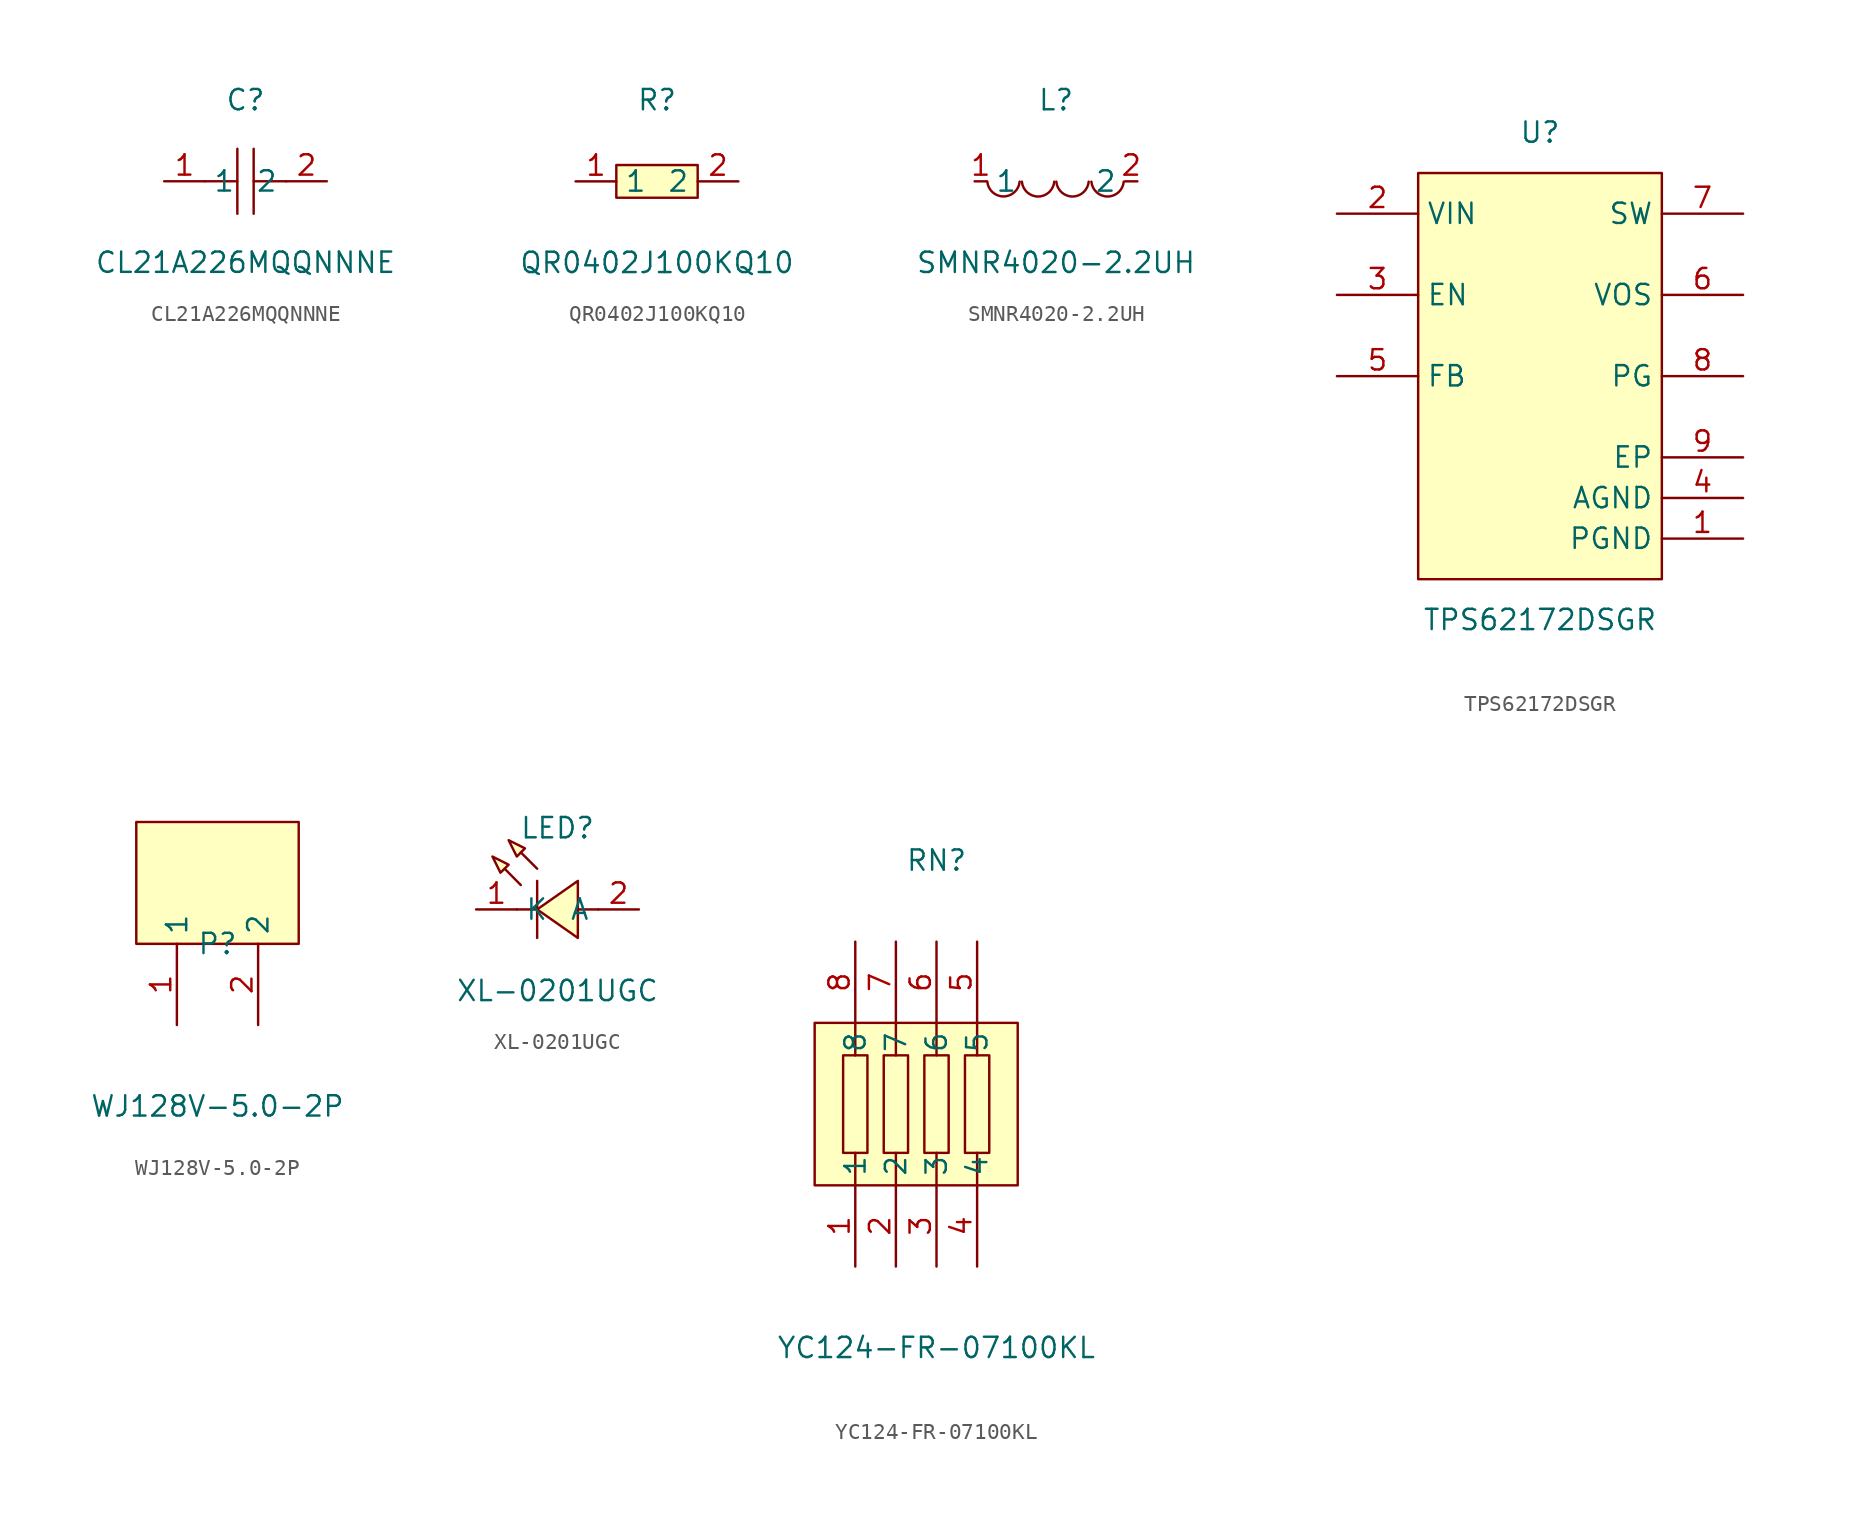
<source format=kicad_sym>
(kicad_symbol_lib
  (version 20211014)
  (generator https://github.com/uPesy/easyeda2kicad.py)
  (symbol "CL21A226MQQNNNE"
    (property "Reference" "C"
      (at 0 5.08 0)
      (effects (font (size 1.27 1.27))))
    (property "Value" "CL21A226MQQNNNE"
      (at 0 -5.08 0)
      (effects (font (size 1.27 1.27))))
    (symbol "CL21A226MQQNNNE_0_1"
      (polyline (pts (xy -0.51 -2.03) (xy -0.51 2.03)) (stroke (width 0) (type default) (color 0 0 0 0)) (fill (type none)))
      (polyline (pts (xy 2.54 -0.00) (xy 0.51 -0.00)) (stroke (width 0) (type default) (color 0 0 0 0)) (fill (type none)))
      (polyline (pts (xy 0.51 2.03) (xy 0.51 -2.03)) (stroke (width 0) (type default) (color 0 0 0 0)) (fill (type none)))
      (polyline (pts (xy -0.51 -0.00) (xy -2.54 -0.00)) (stroke (width 0) (type default) (color 0 0 0 0)) (fill (type none)))
      (pin unspecified line (at -5.08 -0.00 0) (length 2.54) (name "1" (effects (font (size 1.27 1.27)))) (number "1" (effects (font (size 1.27 1.27)))))
      (pin unspecified line (at 5.08 -0.00 180) (length 2.54) (name "2" (effects (font (size 1.27 1.27)))) (number "2" (effects (font (size 1.27 1.27)))))))
  (symbol "QR0402J100KQ10"
    (property "Reference" "R"
      (at 0 5.08 0)
      (effects (font (size 1.27 1.27))))
    (property "Value" "QR0402J100KQ10"
      (at 0 -5.08 0)
      (effects (font (size 1.27 1.27))))
    (symbol "QR0402J100KQ10_0_1"
      (rectangle (start -2.54 1.02) (end 2.54 -1.02) (stroke (width 0) (type default) (color 0 0 0 0)) (fill (type background)))
      (pin unspecified line (at 5.08 -0.00 180) (length 2.54) (name "2" (effects (font (size 1.27 1.27)))) (number "2" (effects (font (size 1.27 1.27)))))
      (pin unspecified line (at -5.08 -0.00 0) (length 2.54) (name "1" (effects (font (size 1.27 1.27)))) (number "1" (effects (font (size 1.27 1.27)))))))
  (symbol "SMNR4020-2.2UH"
    (property "Reference" "L"
      (at 0 5.08 0)
      (effects (font (size 1.27 1.27))))
    (property "Value" "SMNR4020-2.2UH"
      (at 0 -5.08 0)
      (effects (font (size 1.27 1.27))))
    (symbol "SMNR4020-2.2UH_0_1"
      (arc (start -4.29 -0.02) (mid -2.81 -1.01) (end -2.27 -0.02) (stroke (width 0) (type default) (color 0 0 0 0)) (fill (type none)))
      (arc (start -2.13 -0.02) (mid -0.66 -1.01) (end -0.11 -0.02) (stroke (width 0) (type default) (color 0 0 0 0)) (fill (type none)))
      (arc (start 0.02 -0.02) (mid 1.49 -1.01) (end 2.04 -0.02) (stroke (width 0) (type default) (color 0 0 0 0)) (fill (type none)))
      (arc (start 2.21 -0.02) (mid 3.68 -1.01) (end 4.23 -0.02) (stroke (width 0) (type default) (color 0 0 0 0)) (fill (type none)))
      (pin unspecified line (at 5.08 -0.00 180) (length 0.762) (name "2" (effects (font (size 1.27 1.27)))) (number "2" (effects (font (size 1.27 1.27)))))
      (pin unspecified line (at -5.08 -0.00 0) (length 0.762) (name "1" (effects (font (size 1.27 1.27)))) (number "1" (effects (font (size 1.27 1.27)))))))
  (symbol "TPS62172DSGR"
    (property "Reference" "U"
      (at 0 15.24 0)
      (effects (font (size 1.27 1.27))))
    (property "Value" "TPS62172DSGR"
      (at 0 -15.24 0)
      (effects (font (size 1.27 1.27))))
    (symbol "TPS62172DSGR_0_1"
      (rectangle (start -7.62 12.70) (end 7.62 -12.70) (stroke (width 0) (type default) (color 0 0 0 0)) (fill (type background)))
      (pin power_in line (at 12.70 -10.16 180) (length 5.08) (name "PGND" (effects (font (size 1.27 1.27)))) (number "1" (effects (font (size 1.27 1.27)))))
      (pin power_in line (at -12.70 10.16 0) (length 5.08) (name "VIN" (effects (font (size 1.27 1.27)))) (number "2" (effects (font (size 1.27 1.27)))))
      (pin unspecified line (at -12.70 5.08 0) (length 5.08) (name "EN" (effects (font (size 1.27 1.27)))) (number "3" (effects (font (size 1.27 1.27)))))
      (pin power_in line (at 12.70 -7.62 180) (length 5.08) (name "AGND" (effects (font (size 1.27 1.27)))) (number "4" (effects (font (size 1.27 1.27)))))
      (pin unspecified line (at -12.70 -0.00 0) (length 5.08) (name "FB" (effects (font (size 1.27 1.27)))) (number "5" (effects (font (size 1.27 1.27)))))
      (pin unspecified line (at 12.70 5.08 180) (length 5.08) (name "VOS" (effects (font (size 1.27 1.27)))) (number "6" (effects (font (size 1.27 1.27)))))
      (pin power_in line (at 12.70 10.16 180) (length 5.08) (name "SW" (effects (font (size 1.27 1.27)))) (number "7" (effects (font (size 1.27 1.27)))))
      (pin unspecified line (at 12.70 -0.00 180) (length 5.08) (name "PG" (effects (font (size 1.27 1.27)))) (number "8" (effects (font (size 1.27 1.27)))))
      (pin power_in line (at 12.70 -5.08 180) (length 5.08) (name "EP" (effects (font (size 1.27 1.27)))) (number "9" (effects (font (size 1.27 1.27)))))))
  (symbol "WJ128V-5.0-2P"
    (property "Reference" "P"
      (at 0 -1.27 0)
      (effects (font (size 1.27 1.27))))
    (property "Value" "WJ128V-5.0-2P"
      (at 0 -11.43 0)
      (effects (font (size 1.27 1.27))))
    (symbol "WJ128V-5.0-2P_0_1"
      (rectangle (start -5.08 6.35) (end 5.08 -1.27) (stroke (width 0) (type default) (color 0 0 0 0)) (fill (type background)))
      (pin unspecified line (at -2.54 -6.35 90) (length 5.08) (name "1" (effects (font (size 1.27 1.27)))) (number "1" (effects (font (size 1.27 1.27)))))
      (pin unspecified line (at 2.54 -6.35 90) (length 5.08) (name "2" (effects (font (size 1.27 1.27)))) (number "2" (effects (font (size 1.27 1.27)))))))
  (symbol "XL-0201UGC"
    (property "Reference" "LED"
      (at 0 5.08 0)
      (effects (font (size 1.27 1.27))))
    (property "Value" "XL-0201UGC"
      (at 0 -5.08 0)
      (effects (font (size 1.27 1.27))))
    (symbol "XL-0201UGC_0_1"
      (polyline (pts (xy -4.06 3.30) (xy -3.05 2.79) (xy -3.56 2.29) (xy -4.06 3.30)) (stroke (width 0) (type default) (color 0 0 0 0)) (fill (type background)))
      (polyline (pts (xy -3.05 4.32) (xy -2.03 3.81) (xy -2.54 3.30) (xy -3.05 4.32)) (stroke (width 0) (type default) (color 0 0 0 0)) (fill (type background)))
      (polyline (pts (xy 1.27 1.78) (xy -1.27 -0.00) (xy 1.27 -1.78) (xy 1.27 1.78)) (stroke (width 0) (type default) (color 0 0 0 0)) (fill (type background)))
      (polyline (pts (xy -2.29 1.52) (xy -3.30 2.54) (xy -2.29 1.52)) (stroke (width 0) (type default) (color 0 0 0 0)) (fill (type background)))
      (polyline (pts (xy -1.27 2.54) (xy -2.29 3.56) (xy -1.27 2.54)) (stroke (width 0) (type default) (color 0 0 0 0)) (fill (type background)))
      (polyline (pts (xy -1.27 -0.00) (xy -2.54 -0.00)) (stroke (width 0) (type default) (color 0 0 0 0)) (fill (type none)))
      (polyline (pts (xy 2.54 -0.00) (xy 1.27 -0.00)) (stroke (width 0) (type default) (color 0 0 0 0)) (fill (type none)))
      (polyline (pts (xy -1.27 1.78) (xy -1.27 -1.78)) (stroke (width 0) (type default) (color 0 0 0 0)) (fill (type none)))
      (pin unspecified line (at -5.08 -0.00 0) (length 2.54) (name "K" (effects (font (size 1.27 1.27)))) (number "1" (effects (font (size 1.27 1.27)))))
      (pin unspecified line (at 5.08 -0.00 180) (length 2.54) (name "A" (effects (font (size 1.27 1.27)))) (number "2" (effects (font (size 1.27 1.27)))))))
  (symbol "YC124-FR-07100KL"
    (property "Reference" "RN"
      (at 0 15.24 0)
      (effects (font (size 1.27 1.27))))
    (property "Value" "YC124-FR-07100KL"
      (at 0 -15.24 0)
      (effects (font (size 1.27 1.27))))
    (symbol "YC124-FR-07100KL_0_1"
      (rectangle (start -7.62 5.08) (end 5.08 -5.08) (stroke (width 0) (type default) (color 0 0 0 0)) (fill (type background)))
      (rectangle (start -5.84 3.05) (end -4.32 -3.05) (stroke (width 0) (type default) (color 0 0 0 0)) (fill (type background)))
      (rectangle (start -3.30 3.05) (end -1.78 -3.05) (stroke (width 0) (type default) (color 0 0 0 0)) (fill (type background)))
      (rectangle (start -0.76 3.05) (end 0.76 -3.05) (stroke (width 0) (type default) (color 0 0 0 0)) (fill (type background)))
      (rectangle (start 1.78 3.05) (end 3.30 -3.05) (stroke (width 0) (type default) (color 0 0 0 0)) (fill (type background)))
      (polyline (pts (xy -5.08 3.05) (xy -5.08 5.08)) (stroke (width 0) (type default) (color 0 0 0 0)) (fill (type none)))
      (polyline (pts (xy -2.54 3.05) (xy -2.54 5.08)) (stroke (width 0) (type default) (color 0 0 0 0)) (fill (type none)))
      (polyline (pts (xy -5.08 -3.05) (xy -5.08 -5.08)) (stroke (width 0) (type default) (color 0 0 0 0)) (fill (type none)))
      (polyline (pts (xy -2.54 -3.05) (xy -2.54 -5.08)) (stroke (width 0) (type default) (color 0 0 0 0)) (fill (type none)))
      (polyline (pts (xy 0.00 3.05) (xy 0.00 5.08)) (stroke (width 0) (type default) (color 0 0 0 0)) (fill (type none)))
      (polyline (pts (xy 2.54 3.05) (xy 2.54 5.08)) (stroke (width 0) (type default) (color 0 0 0 0)) (fill (type none)))
      (polyline (pts (xy 0.00 -3.05) (xy 0.00 -5.08)) (stroke (width 0) (type default) (color 0 0 0 0)) (fill (type none)))
      (polyline (pts (xy 2.54 -3.05) (xy 2.54 -5.08)) (stroke (width 0) (type default) (color 0 0 0 0)) (fill (type none)))
      (pin unspecified line (at -5.08 -10.16 90) (length 5.08) (name "1" (effects (font (size 1.27 1.27)))) (number "1" (effects (font (size 1.27 1.27)))))
      (pin unspecified line (at -2.54 -10.16 90) (length 5.08) (name "2" (effects (font (size 1.27 1.27)))) (number "2" (effects (font (size 1.27 1.27)))))
      (pin unspecified line (at 0.00 -10.16 90) (length 5.08) (name "3" (effects (font (size 1.27 1.27)))) (number "3" (effects (font (size 1.27 1.27)))))
      (pin unspecified line (at 2.54 -10.16 90) (length 5.08) (name "4" (effects (font (size 1.27 1.27)))) (number "4" (effects (font (size 1.27 1.27)))))
      (pin unspecified line (at 2.54 10.16 270) (length 5.08) (name "5" (effects (font (size 1.27 1.27)))) (number "5" (effects (font (size 1.27 1.27)))))
      (pin unspecified line (at 0.00 10.16 270) (length 5.08) (name "6" (effects (font (size 1.27 1.27)))) (number "6" (effects (font (size 1.27 1.27)))))
      (pin unspecified line (at -2.54 10.16 270) (length 5.08) (name "7" (effects (font (size 1.27 1.27)))) (number "7" (effects (font (size 1.27 1.27)))))
      (pin unspecified line (at -5.08 10.16 270) (length 5.08) (name "8" (effects (font (size 1.27 1.27)))) (number "8" (effects (font (size 1.27 1.27))))))))
</source>
